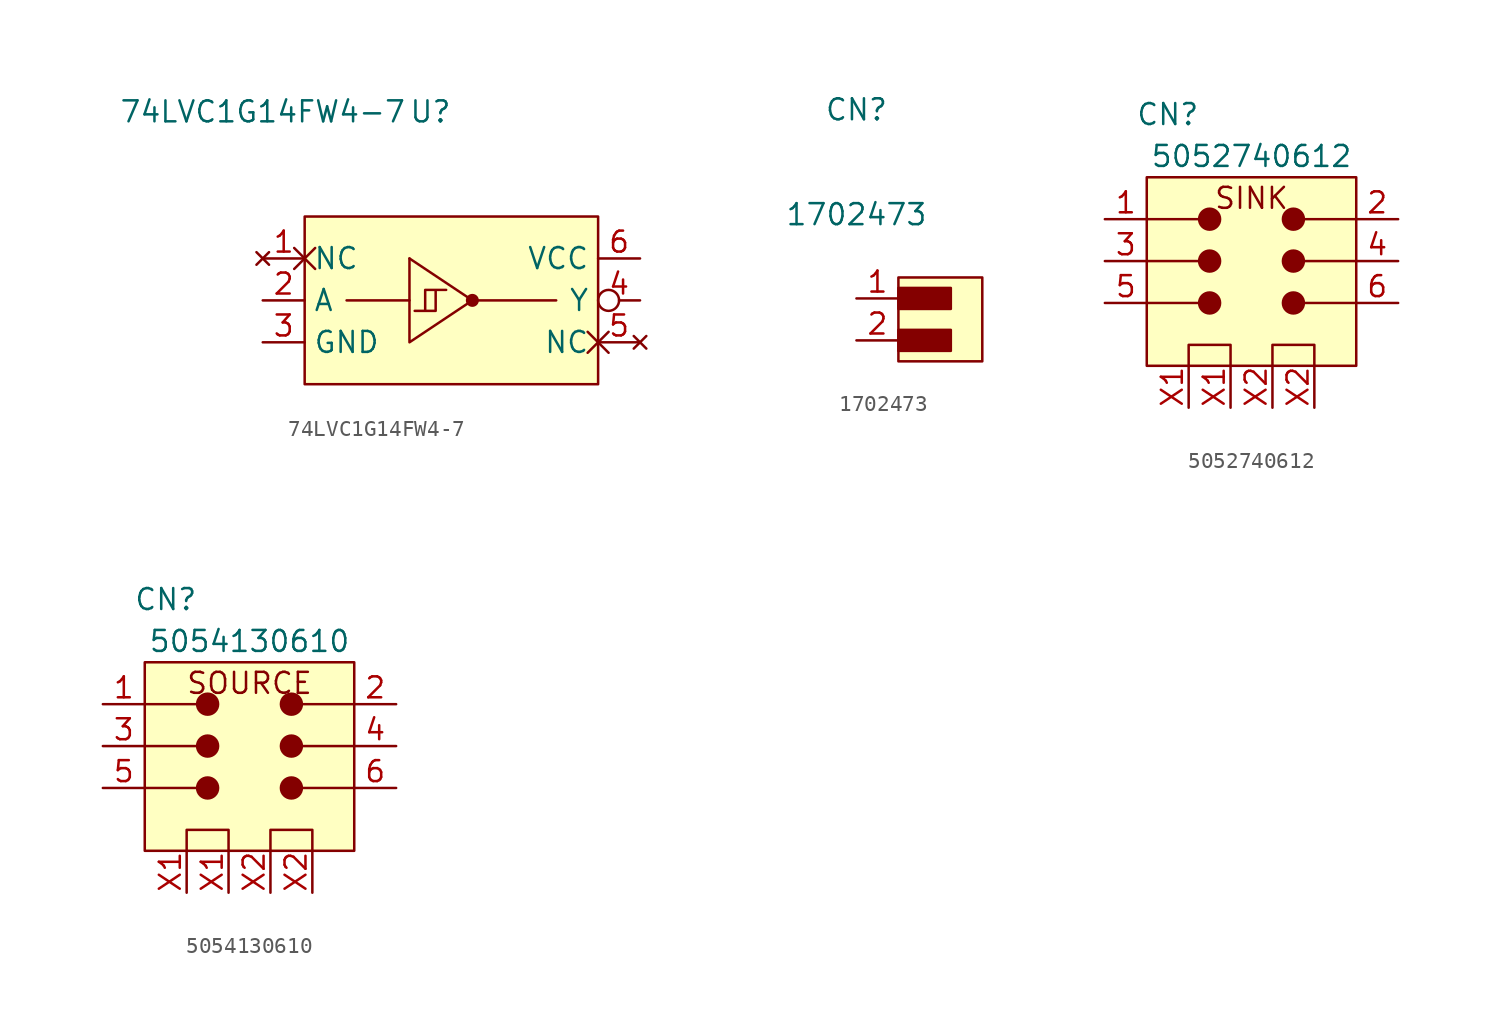
<source format=kicad_sym>
(kicad_symbol_lib
  (version 20211014)
  (generator kicad_symbol_editor)
  (symbol "74LVC1G14FW4-7 "
    (property "Reference" "U"
      (at 10.16 8.89 0)
      (effects (font (size 1.27 1.27))))
    (property "Value" "74LVC1G14FW4-7 "
      (at 0 8.89 0)
      (effects (font (size 1.27 1.27))))
    (symbol "74LVC1G14FW4-7 _0_0"
      (pin no_connect non_logic (at 0 0 0) (length 2.54) (name "NC" (effects (font (size 1.27 1.27)))) (number "1" (effects (font (size 1.27 1.27)))))
      (pin input line (at 0 -2.54 0) (length 2.54) (name "A" (effects (font (size 1.27 1.27)))) (number "2" (effects (font (size 1.27 1.27)))))
      (pin power_in line (at 0 -5.08 0) (length 2.54) (name "GND" (effects (font (size 1.27 1.27)))) (number "3" (effects (font (size 1.27 1.27)))))
      (pin output inverted (at 22.86 -2.54 180) (length 2.54) (name "Y" (effects (font (size 1.27 1.27)))) (number "4" (effects (font (size 1.27 1.27)))))
      (pin no_connect non_logic (at 22.86 -5.08 180) (length 2.54) (name "NC" (effects (font (size 1.27 1.27)))) (number "5" (effects (font (size 1.27 1.27)))))
      (pin power_in line (at 22.86 0 180) (length 2.54) (name "VCC" (effects (font (size 1.27 1.27)))) (number "6" (effects (font (size 1.27 1.27))))))
    (symbol "74LVC1G14FW4-7 _0_1"
      (polyline (pts (xy 8.89 -2.54) (xy 5.08 -2.54)) (stroke (width 0) (type default) (color 0 0 0 0)) (fill (type none)))
      (polyline (pts (xy 8.89 0) (xy 12.7 -2.54)) (stroke (width 0) (type default) (color 0 0 0 0)) (fill (type none)))
      (polyline (pts (xy 12.7 -2.54) (xy 17.78 -2.54)) (stroke (width 0) (type default) (color 0 0 0 0)) (fill (type none)))
      (polyline (pts (xy 8.89 0) (xy 8.89 -5.08) (xy 12.7 -2.54)) (stroke (width 0) (type default) (color 0 0 0 0)) (fill (type none)))
      (polyline (pts (xy 9.207 -3.175) (xy 10.477 -3.175) (xy 10.477 -1.905) (xy 11.113 -1.905) (xy 9.842 -1.905) (xy 9.842 -3.175)) (stroke (width 0) (type default) (color 0 0 0 0)) (fill (type none)))
      (rectangle (start 2.54 2.54) (end 20.32 -7.62) (stroke (width 0) (type default) (color 0 0 0 0)) (fill (type background)))
      (circle (center 12.7 -2.54) (radius 0.0001) (stroke (width 0) (type default) (color 0 0 0 0)) (fill (type none)))
      (circle (center 12.7 -2.54) (radius 0.318) (stroke (width 0) (type default) (color 0 0 0 0)) (fill (type outline)))))
  (symbol "1702473"
    (property "Reference" "CN"
      (at 0 11.43 0)
      (effects (font (size 1.27 1.27))))
    (property "Value" "1702473"
      (at 0 5.08 0)
      (effects (font (size 1.27 1.27))))
    (symbol "1702473_0_1"
      (rectangle (start 2.54 -3.81) (end 7.62 1.27) (stroke (width 0) (type default) (color 0 0 0 0)) (fill (type background)))
      (rectangle (start 2.54 -3.175) (end 5.715 -1.905) (stroke (width 0) (type default) (color 0 0 0 0)) (fill (type outline)))
      (rectangle (start 2.54 -0.635) (end 5.715 0.635) (stroke (width 0) (type default) (color 0 0 0 0)) (fill (type outline))))
    (symbol "1702473_1_1"
      (pin passive line (at 0 0 0) (length 2.54) (name "" (effects (font (size 1.27 1.27)))) (number "1" (effects (font (size 1.27 1.27)))))
      (pin passive line (at 0 -2.54 0) (length 2.54) (name "" (effects (font (size 1.27 1.27)))) (number "2" (effects (font (size 1.27 1.27)))))
      (pin no_connect line (at 7.62 1.27 180) (length 5.08) hide (name "X" (effects (font (size 1.27 1.27)))) (number "X" (effects (font (size 1.27 1.27)))))))
  (symbol "5052740612"
    (property "Reference" "CN"
      (at 3.81 6.35 0)
      (effects (font (size 1.27 1.27))))
    (property "Value" "5052740612"
      (at 8.89 3.81 0)
      (effects (font (size 1.27 1.27))))
    (symbol "5052740612_0_0"
      (text "SINK" (at 8.89 1.27 0) (effects (font (size 1.27 1.27)))))
    (symbol "5052740612_0_1"
      (polyline (pts (xy 2.54 -5.08) (xy 6.35 -5.08)) (stroke (width 0) (type default) (color 0 0 0 0)) (fill (type none)))
      (polyline (pts (xy 2.54 -2.54) (xy 6.35 -2.54)) (stroke (width 0) (type default) (color 0 0 0 0)) (fill (type none)))
      (polyline (pts (xy 2.54 0) (xy 6.35 0)) (stroke (width 0) (type default) (color 0 0 0 0)) (fill (type none)))
      (polyline (pts (xy 15.24 -5.08) (xy 11.43 -5.08)) (stroke (width 0) (type default) (color 0 0 0 0)) (fill (type none)))
      (polyline (pts (xy 15.24 -2.54) (xy 11.43 -2.54)) (stroke (width 0) (type default) (color 0 0 0 0)) (fill (type none)))
      (polyline (pts (xy 15.24 0) (xy 11.43 0)) (stroke (width 0) (type default) (color 0 0 0 0)) (fill (type none)))
      (polyline (pts (xy 5.08 -8.89) (xy 5.08 -7.62) (xy 7.62 -7.62) (xy 7.62 -8.89)) (stroke (width 0) (type default) (color 0 0 0 0)) (fill (type none)))
      (polyline (pts (xy 10.16 -8.89) (xy 10.16 -7.62) (xy 12.7 -7.62) (xy 12.7 -8.89)) (stroke (width 0) (type default) (color 0 0 0 0)) (fill (type none)))
      (rectangle (start 2.54 2.54) (end 15.24 -8.89) (stroke (width 0) (type default) (color 0 0 0 0)) (fill (type background)))
      (circle (center 6.35 -5.08) (radius 0.635) (stroke (width 0) (type default) (color 0 0 0 0)) (fill (type outline)))
      (circle (center 6.35 -2.54) (radius 0.635) (stroke (width 0) (type default) (color 0 0 0 0)) (fill (type outline)))
      (circle (center 6.35 0) (radius 0.635) (stroke (width 0) (type default) (color 0 0 0 0)) (fill (type outline)))
      (circle (center 11.43 -5.08) (radius 0.635) (stroke (width 0) (type default) (color 0 0 0 0)) (fill (type outline)))
      (circle (center 11.43 -2.54) (radius 0.635) (stroke (width 0) (type default) (color 0 0 0 0)) (fill (type outline)))
      (circle (center 11.43 0) (radius 0.635) (stroke (width 0) (type default) (color 0 0 0 0)) (fill (type outline))))
    (symbol "5052740612_1_1"
      (pin passive line (at 0 0 0) (length 2.54) (name "" (effects (font (size 1.27 1.27)))) (number "1" (effects (font (size 1.27 1.27)))))
      (pin passive line (at 17.78 0 180) (length 2.54) (name "" (effects (font (size 1.27 1.27)))) (number "2" (effects (font (size 1.27 1.27)))))
      (pin passive line (at 0 -2.54 0) (length 2.54) (name "" (effects (font (size 1.27 1.27)))) (number "3" (effects (font (size 1.27 1.27)))))
      (pin passive line (at 17.78 -2.54 180) (length 2.54) (name "" (effects (font (size 1.27 1.27)))) (number "4" (effects (font (size 1.27 1.27)))))
      (pin passive line (at 0 -5.08 0) (length 2.54) (name "" (effects (font (size 1.27 1.27)))) (number "5" (effects (font (size 1.27 1.27)))))
      (pin passive line (at 17.78 -5.08 180) (length 2.54) (name "" (effects (font (size 1.27 1.27)))) (number "6" (effects (font (size 1.27 1.27)))))
      (pin passive line (at 5.08 -11.43 90) (length 2.54) (name "" (effects (font (size 1.27 1.27)))) (number "X1" (effects (font (size 1.27 1.27)))))
      (pin passive line (at 7.62 -11.43 90) (length 2.54) (name "" (effects (font (size 1.27 1.27)))) (number "X1" (effects (font (size 1.27 1.27)))))
      (pin passive line (at 10.16 -11.43 90) (length 2.54) (name "" (effects (font (size 1.27 1.27)))) (number "X2" (effects (font (size 1.27 1.27)))))
      (pin passive line (at 12.7 -11.43 90) (length 2.54) (name "" (effects (font (size 1.27 1.27)))) (number "X2" (effects (font (size 1.27 1.27)))))))
  (symbol "5054130610"
    (property "Reference" "CN"
      (at 3.81 6.35 0)
      (effects (font (size 1.27 1.27))))
    (property "Value" "5054130610"
      (at 8.89 3.81 0)
      (effects (font (size 1.27 1.27))))
    (symbol "5054130610_0_0"
      (text "SOURCE" (at 8.89 1.27 0) (effects (font (size 1.27 1.27)))))
    (symbol "5054130610_0_1"
      (polyline (pts (xy 2.54 -5.08) (xy 6.35 -5.08)) (stroke (width 0) (type default) (color 0 0 0 0)) (fill (type none)))
      (polyline (pts (xy 2.54 -2.54) (xy 6.35 -2.54)) (stroke (width 0) (type default) (color 0 0 0 0)) (fill (type none)))
      (polyline (pts (xy 2.54 0) (xy 6.35 0)) (stroke (width 0) (type default) (color 0 0 0 0)) (fill (type none)))
      (polyline (pts (xy 15.24 -5.08) (xy 11.43 -5.08)) (stroke (width 0) (type default) (color 0 0 0 0)) (fill (type none)))
      (polyline (pts (xy 15.24 -2.54) (xy 11.43 -2.54)) (stroke (width 0) (type default) (color 0 0 0 0)) (fill (type none)))
      (polyline (pts (xy 15.24 0) (xy 11.43 0)) (stroke (width 0) (type default) (color 0 0 0 0)) (fill (type none)))
      (polyline (pts (xy 5.08 -8.89) (xy 5.08 -7.62) (xy 7.62 -7.62) (xy 7.62 -8.89)) (stroke (width 0) (type default) (color 0 0 0 0)) (fill (type none)))
      (polyline (pts (xy 10.16 -8.89) (xy 10.16 -7.62) (xy 12.7 -7.62) (xy 12.7 -8.89)) (stroke (width 0) (type default) (color 0 0 0 0)) (fill (type none)))
      (rectangle (start 2.54 2.54) (end 15.24 -8.89) (stroke (width 0) (type default) (color 0 0 0 0)) (fill (type background)))
      (circle (center 6.35 -5.08) (radius 0.635) (stroke (width 0) (type default) (color 0 0 0 0)) (fill (type outline)))
      (circle (center 6.35 -2.54) (radius 0.635) (stroke (width 0) (type default) (color 0 0 0 0)) (fill (type outline)))
      (circle (center 6.35 0) (radius 0.635) (stroke (width 0) (type default) (color 0 0 0 0)) (fill (type outline)))
      (circle (center 11.43 -5.08) (radius 0.635) (stroke (width 0) (type default) (color 0 0 0 0)) (fill (type outline)))
      (circle (center 11.43 -2.54) (radius 0.635) (stroke (width 0) (type default) (color 0 0 0 0)) (fill (type outline)))
      (circle (center 11.43 0) (radius 0.635) (stroke (width 0) (type default) (color 0 0 0 0)) (fill (type outline))))
    (symbol "5054130610_1_1"
      (pin passive line (at 0 0 0) (length 2.54) (name "" (effects (font (size 1.27 1.27)))) (number "1" (effects (font (size 1.27 1.27)))))
      (pin passive line (at 17.78 0 180) (length 2.54) (name "" (effects (font (size 1.27 1.27)))) (number "2" (effects (font (size 1.27 1.27)))))
      (pin passive line (at 0 -2.54 0) (length 2.54) (name "" (effects (font (size 1.27 1.27)))) (number "3" (effects (font (size 1.27 1.27)))))
      (pin passive line (at 17.78 -2.54 180) (length 2.54) (name "" (effects (font (size 1.27 1.27)))) (number "4" (effects (font (size 1.27 1.27)))))
      (pin passive line (at 0 -5.08 0) (length 2.54) (name "" (effects (font (size 1.27 1.27)))) (number "5" (effects (font (size 1.27 1.27)))))
      (pin passive line (at 17.78 -5.08 180) (length 2.54) (name "" (effects (font (size 1.27 1.27)))) (number "6" (effects (font (size 1.27 1.27)))))
      (pin passive line (at 5.08 -11.43 90) (length 2.54) (name "" (effects (font (size 1.27 1.27)))) (number "X1" (effects (font (size 1.27 1.27)))))
      (pin passive line (at 7.62 -11.43 90) (length 2.54) (name "" (effects (font (size 1.27 1.27)))) (number "X1" (effects (font (size 1.27 1.27)))))
      (pin passive line (at 10.16 -11.43 90) (length 2.54) (name "" (effects (font (size 1.27 1.27)))) (number "X2" (effects (font (size 1.27 1.27)))))
      (pin passive line (at 12.7 -11.43 90) (length 2.54) (name "" (effects (font (size 1.27 1.27)))) (number "X2" (effects (font (size 1.27 1.27))))))))
</source>
